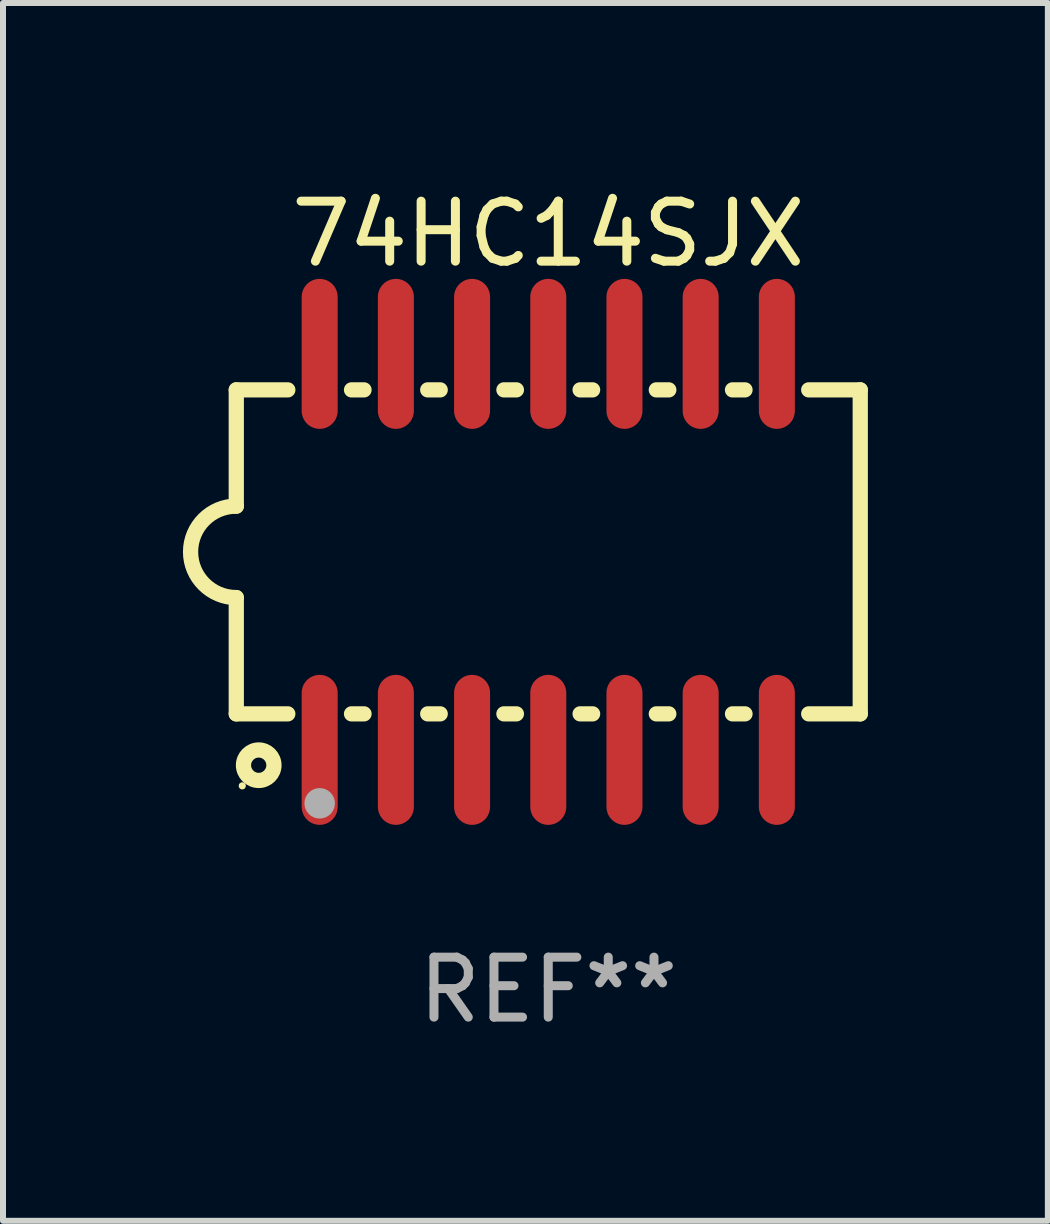
<source format=kicad_pcb>
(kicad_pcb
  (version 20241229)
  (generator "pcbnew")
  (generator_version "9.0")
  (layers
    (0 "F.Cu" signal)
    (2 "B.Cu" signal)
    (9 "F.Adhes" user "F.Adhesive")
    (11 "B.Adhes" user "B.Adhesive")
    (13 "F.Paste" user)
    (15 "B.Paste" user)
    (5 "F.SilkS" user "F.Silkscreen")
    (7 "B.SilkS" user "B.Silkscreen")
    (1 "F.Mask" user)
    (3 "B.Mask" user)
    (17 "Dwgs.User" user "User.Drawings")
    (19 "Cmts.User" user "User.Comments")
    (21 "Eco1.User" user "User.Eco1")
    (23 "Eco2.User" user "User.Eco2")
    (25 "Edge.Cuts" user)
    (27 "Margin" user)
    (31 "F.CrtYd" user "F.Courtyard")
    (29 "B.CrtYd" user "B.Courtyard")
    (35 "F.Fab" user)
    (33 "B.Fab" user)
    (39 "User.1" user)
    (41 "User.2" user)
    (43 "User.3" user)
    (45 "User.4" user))
  (footprint "74HC14SJX"
    (layer "F.Cu")
    (at 6.088 6.148)
    (property "Reference" "74HC14SJX" (at 0 -5.3 0) (layer "F.SilkS") (effects (font (size 1 1) (thickness 0.15))))
    (attr through_hole)
    (fp_line (start -5.2 -2.7) (end -5.2 -0.762) (stroke (width 0.254) (type solid)) (layer "F.SilkS"))
    (fp_line (start -5.2 -2.7) (end -4.341 -2.7) (stroke (width 0.254) (type solid)) (layer "F.SilkS"))
    (fp_line (start -5.2 2.7) (end -5.2 0.762) (stroke (width 0.254) (type solid)) (layer "F.SilkS"))
    (fp_line (start -4.341 2.7) (end -5.2 2.7) (stroke (width 0.254) (type solid)) (layer "F.SilkS"))
    (fp_line (start -3.279 -2.7) (end -3.071 -2.7) (stroke (width 0.254) (type solid)) (layer "F.SilkS"))
    (fp_line (start -3.071 2.7) (end -3.279 2.7) (stroke (width 0.254) (type solid)) (layer "F.SilkS"))
    (fp_line (start -2.009 -2.7) (end -1.801 -2.7) (stroke (width 0.254) (type solid)) (layer "F.SilkS"))
    (fp_line (start -1.801 2.7) (end -2.009 2.7) (stroke (width 0.254) (type solid)) (layer "F.SilkS"))
    (fp_line (start -0.739 -2.7) (end -0.531 -2.7) (stroke (width 0.254) (type solid)) (layer "F.SilkS"))
    (fp_line (start -0.531 2.7) (end -0.739 2.7) (stroke (width 0.254) (type solid)) (layer "F.SilkS"))
    (fp_line (start 0.531 -2.7) (end 0.739 -2.7) (stroke (width 0.254) (type solid)) (layer "F.SilkS"))
    (fp_line (start 0.739 2.7) (end 0.531 2.7) (stroke (width 0.254) (type solid)) (layer "F.SilkS"))
    (fp_line (start 1.801 -2.7) (end 2.009 -2.7) (stroke (width 0.254) (type solid)) (layer "F.SilkS"))
    (fp_line (start 2.009 2.7) (end 1.801 2.7) (stroke (width 0.254) (type solid)) (layer "F.SilkS"))
    (fp_line (start 3.071 -2.7) (end 3.279 -2.7) (stroke (width 0.254) (type solid)) (layer "F.SilkS"))
    (fp_line (start 3.279 2.7) (end 3.071 2.7) (stroke (width 0.254) (type solid)) (layer "F.SilkS"))
    (fp_line (start 4.341 -2.7) (end 5.2 -2.7) (stroke (width 0.254) (type solid)) (layer "F.SilkS"))
    (fp_line (start 5.2 2.7) (end 4.341 2.7) (stroke (width 0.254) (type solid)) (layer "F.SilkS"))
    (fp_line (start 5.2 2.7) (end 5.2 -2.7) (stroke (width 0.254) (type solid)) (layer "F.SilkS"))
    (fp_arc (start -5.2 0.762002) (mid -5.961393 -0.000305) (end -5.199391 -0.762002) (stroke (width 0.254001) (type solid)) (layer "F.SilkS"))
    (fp_circle (center -5.1 3.9) (end -5.07 3.9) (stroke (width 0.06) (type solid)) (fill no) (layer "F.SilkS"))
    (fp_circle (center -4.826 3.556) (end -4.572 3.556) (stroke (width 0.254) (type solid)) (fill no) (layer "F.SilkS"))
    (fp_circle (center -3.81 4.191) (end -3.683 4.191) (stroke (width 0.254) (type solid)) (fill no) (layer "F.Fab"))
    (fp_text user "REF**" (at 0 7.3 0) (layer "F.Fab") (effects (font (size 1 1) (thickness 0.15))))
    (pad "1" smd oval (at -3.81 3.3) (size 0.6 2.5) (layers "F.Cu" "F.Mask" "F.Paste"))
    (pad "2" smd oval (at -2.54 3.3) (size 0.6 2.5) (layers "F.Cu" "F.Mask" "F.Paste"))
    (pad "3" smd oval (at -1.27 3.3) (size 0.6 2.5) (layers "F.Cu" "F.Mask" "F.Paste"))
    (pad "4" smd oval (at 0 3.3) (size 0.6 2.5) (layers "F.Cu" "F.Mask" "F.Paste"))
    (pad "5" smd oval (at 1.27 3.3) (size 0.6 2.5) (layers "F.Cu" "F.Mask" "F.Paste"))
    (pad "6" smd oval (at 2.54 3.3) (size 0.6 2.5) (layers "F.Cu" "F.Mask" "F.Paste"))
    (pad "7" smd oval (at 3.81 3.3) (size 0.6 2.5) (layers "F.Cu" "F.Mask" "F.Paste"))
    (pad "8" smd oval (at 3.81 -3.3) (size 0.6 2.5) (layers "F.Cu" "F.Mask" "F.Paste"))
    (pad "9" smd oval (at 2.54 -3.3) (size 0.6 2.5) (layers "F.Cu" "F.Mask" "F.Paste"))
    (pad "10" smd oval (at 1.27 -3.3) (size 0.6 2.5) (layers "F.Cu" "F.Mask" "F.Paste"))
    (pad "11" smd oval (at 0 -3.3) (size 0.6 2.5) (layers "F.Cu" "F.Mask" "F.Paste"))
    (pad "12" smd oval (at -1.27 -3.3) (size 0.6 2.5) (layers "F.Cu" "F.Mask" "F.Paste"))
    (pad "13" smd oval (at -2.54 -3.3) (size 0.6 2.5) (layers "F.Cu" "F.Mask" "F.Paste"))
    (pad "14" smd oval (at -3.81 -3.3) (size 0.6 2.5) (layers "F.Cu" "F.Mask" "F.Paste")))
  (gr_rect
    (start -3 -3)
    (end 14.415 17.297)
    (stroke (width 0.1) (type default))
    (fill no)
    (layer "Edge.Cuts")))
</source>
